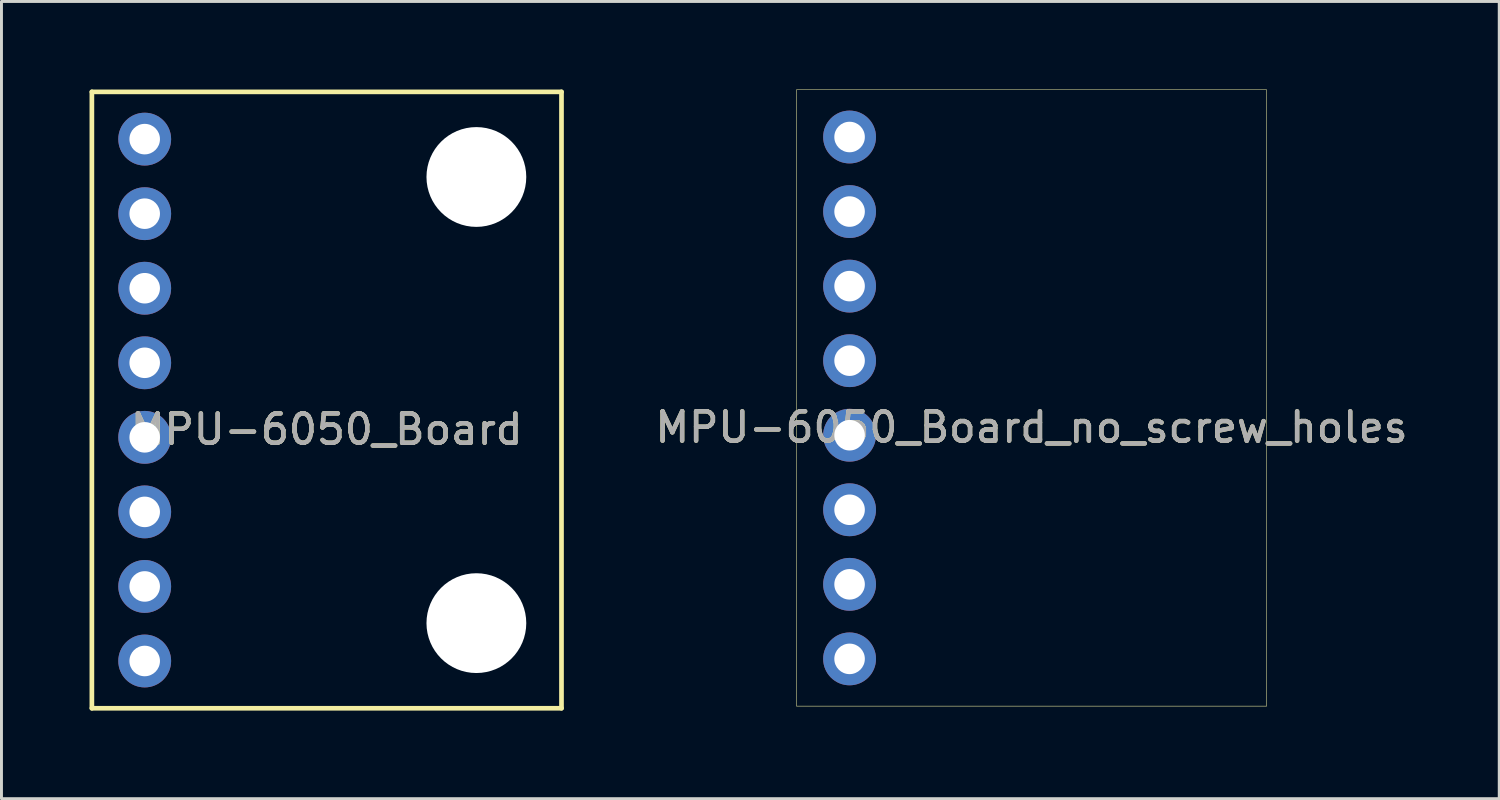
<source format=kicad_pcb>
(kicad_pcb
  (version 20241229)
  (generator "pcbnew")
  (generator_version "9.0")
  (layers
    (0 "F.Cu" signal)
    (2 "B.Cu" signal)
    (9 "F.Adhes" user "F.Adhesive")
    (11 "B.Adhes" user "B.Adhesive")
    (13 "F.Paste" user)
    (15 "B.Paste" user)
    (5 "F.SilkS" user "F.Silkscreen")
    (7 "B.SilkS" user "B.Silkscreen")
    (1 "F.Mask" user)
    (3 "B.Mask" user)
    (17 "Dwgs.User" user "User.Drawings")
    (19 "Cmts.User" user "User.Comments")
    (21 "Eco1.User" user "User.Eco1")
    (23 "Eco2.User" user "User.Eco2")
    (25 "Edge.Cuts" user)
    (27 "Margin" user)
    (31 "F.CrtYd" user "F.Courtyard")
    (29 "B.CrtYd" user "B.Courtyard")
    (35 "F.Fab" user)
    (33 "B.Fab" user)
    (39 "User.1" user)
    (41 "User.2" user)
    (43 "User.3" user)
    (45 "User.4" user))
  (footprint "MPU-6050_Board"
    (layer "F.Cu")
    (at 8.08 10.58)
    (property "Reference" "MPU-6050_Board" (at 0 1 0) (layer "F.SilkS") (effects (font (size 1 1) (thickness 0.15))))
    (attr through_hole)
    (fp_line (start -8 -10.5) (end 8 -10.5) (stroke (width 0.16) (type solid)) (layer "F.SilkS"))
    (fp_line (start -8 10.5) (end -8 -10.5) (stroke (width 0.16) (type solid)) (layer "F.SilkS"))
    (fp_line (start 8 -10.5) (end 8 10.5) (stroke (width 0.16) (type solid)) (layer "F.SilkS"))
    (fp_line (start 8 10.5) (end -8 10.5) (stroke (width 0.16) (type solid)) (layer "F.SilkS"))
    (fp_text user "${REFERENCE}" (at 0 1 0) (layer "F.Fab") (effects (font (size 1 1) (thickness 0.15))))
    (pad "" np_thru_hole circle (at 5.1 -7.6) (size 3.4 3.4) (drill 3.4) (layers "*.Cu" "*.Mask"))
    (pad "" np_thru_hole circle (at 5.1 7.6) (size 3.4 3.4) (drill 3.4) (layers "*.Cu" "*.Mask"))
    (pad "1" thru_hole circle (at -6.2 -8.89) (size 1.8 1.8) (drill 1.04) (layers "*.Cu" "*.Mask"))
    (pad "2" thru_hole circle (at -6.2 -6.35) (size 1.8 1.8) (drill 1.04) (layers "*.Cu" "*.Mask"))
    (pad "3" thru_hole circle (at -6.2 -3.81) (size 1.8 1.8) (drill 1.04) (layers "*.Cu" "*.Mask"))
    (pad "4" thru_hole circle (at -6.2 -1.27 90) (size 1.8 1.8) (drill 1.04) (layers "*.Cu" "*.Mask"))
    (pad "5" thru_hole circle (at -6.2 1.27) (size 1.8 1.8) (drill 1.04) (layers "*.Cu" "*.Mask"))
    (pad "6" thru_hole circle (at -6.2 3.81) (size 1.8 1.8) (drill 1.04) (layers "*.Cu" "*.Mask"))
    (pad "7" thru_hole circle (at -6.2 6.35) (size 1.8 1.8) (drill 1.04) (layers "*.Cu" "*.Mask"))
    (pad "8" thru_hole circle (at -6.2 8.89) (size 1.8 1.8) (drill 1.04) (layers "*.Cu" "*.Mask")))
  (footprint "MPU-6050_Board_no_screw_holes"
    (layer "F.Cu")
    (at 32.095 10.508)
    (property "Reference" "MPU-6050_Board_no_screw_holes" (at 0 1 0) (layer "F.SilkS") (effects (font (size 1 1) (thickness 0.15))))
    (attr through_hole)
    (fp_line (start -8 -10.5) (end 8 -10.5) (stroke (width 0.017) (type solid)) (layer "F.SilkS"))
    (fp_line (start -8 10.5) (end -8 -10.5) (stroke (width 0.017) (type solid)) (layer "F.SilkS"))
    (fp_line (start 8 -10.5) (end 8 10.5) (stroke (width 0.017) (type solid)) (layer "F.SilkS"))
    (fp_line (start 8 10.5) (end -8 10.5) (stroke (width 0.017) (type solid)) (layer "F.SilkS"))
    (fp_text user "${REFERENCE}" (at 0 1 0) (layer "F.Fab") (effects (font (size 1 1) (thickness 0.15))))
    (pad "1" thru_hole circle (at -6.2 -8.89) (size 1.8 1.8) (drill 1.04) (layers "*.Cu" "*.Mask"))
    (pad "2" thru_hole circle (at -6.2 -6.35) (size 1.8 1.8) (drill 1.04) (layers "*.Cu" "*.Mask"))
    (pad "3" thru_hole circle (at -6.2 -3.81) (size 1.8 1.8) (drill 1.04) (layers "*.Cu" "*.Mask"))
    (pad "4" thru_hole circle (at -6.2 -1.27) (size 1.8 1.8) (drill 1.04) (layers "*.Cu" "*.Mask"))
    (pad "5" thru_hole circle (at -6.2 1.27) (size 1.8 1.8) (drill 1.04) (layers "*.Cu" "*.Mask"))
    (pad "6" thru_hole circle (at -6.2 3.81) (size 1.8 1.8) (drill 1.04) (layers "*.Cu" "*.Mask"))
    (pad "7" thru_hole circle (at -6.2 6.35) (size 1.8 1.8) (drill 1.04) (layers "*.Cu" "*.Mask"))
    (pad "8" thru_hole circle (at -6.2 8.89) (size 1.8 1.8) (drill 1.04) (layers "*.Cu" "*.Mask")))
  (gr_rect
    (start -3 -3)
    (end 48.029 24.16)
    (stroke (width 0.1) (type default))
    (fill no)
    (layer "Edge.Cuts")))
</source>
